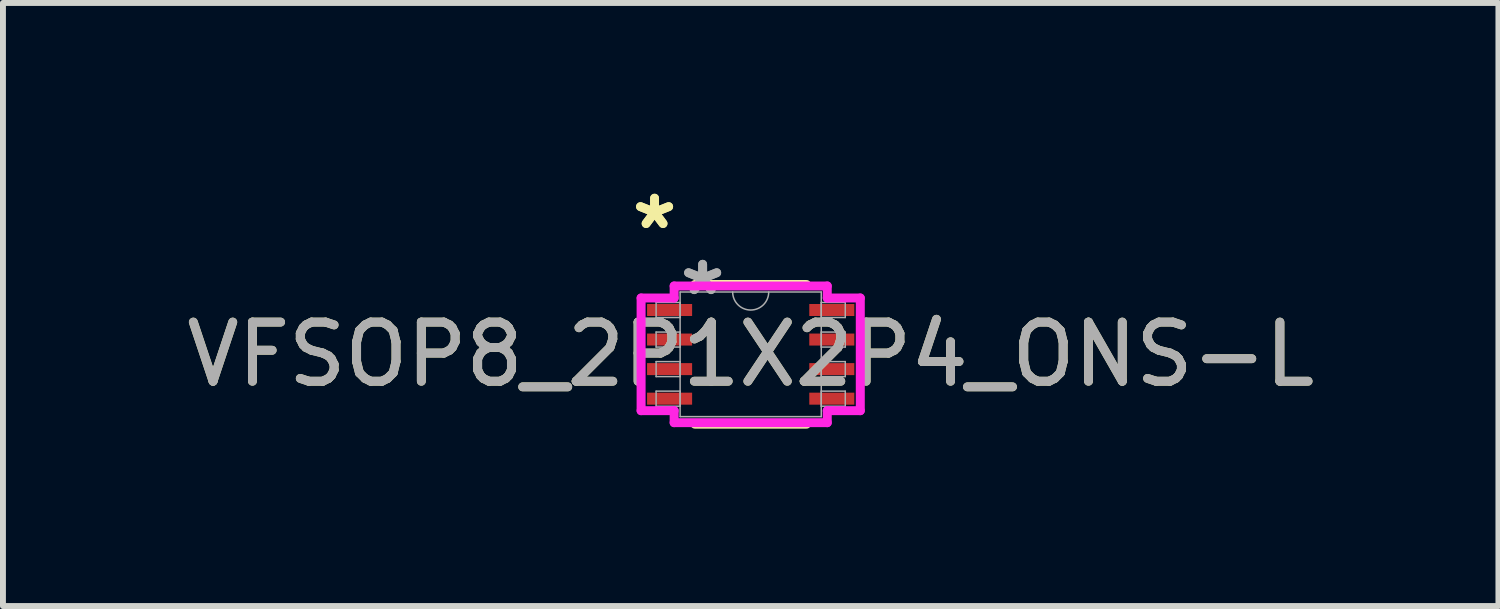
<source format=kicad_pcb>
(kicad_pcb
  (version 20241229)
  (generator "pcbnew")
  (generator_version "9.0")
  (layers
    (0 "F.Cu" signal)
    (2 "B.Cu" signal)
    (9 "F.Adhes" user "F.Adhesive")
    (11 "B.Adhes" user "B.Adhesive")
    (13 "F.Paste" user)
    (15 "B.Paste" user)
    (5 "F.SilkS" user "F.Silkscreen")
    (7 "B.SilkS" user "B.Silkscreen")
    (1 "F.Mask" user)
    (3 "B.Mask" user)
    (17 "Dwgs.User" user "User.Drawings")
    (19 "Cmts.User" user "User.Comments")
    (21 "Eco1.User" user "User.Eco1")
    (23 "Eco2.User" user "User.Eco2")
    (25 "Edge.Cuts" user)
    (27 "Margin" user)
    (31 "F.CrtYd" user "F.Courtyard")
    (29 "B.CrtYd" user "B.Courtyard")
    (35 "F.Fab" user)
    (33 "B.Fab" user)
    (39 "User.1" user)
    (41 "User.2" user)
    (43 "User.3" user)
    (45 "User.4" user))
  (footprint "VFSOP8_2P1X2P4_ONS-L"
    (layer "F.Cu")
    (at 9.649 2.944)
    (property "Reference" "VFSOP8_2P1X2P4_ONS-L" (at 0 0 0) (unlocked yes) (layer "F.SilkS") (effects (font (size 1 1) (thickness 0.15))))
    (attr smd)
    (fp_line (start -0.944 1.181) (end 0.944 1.181) (stroke (width 0.152) (type solid)) (layer "F.SilkS"))
    (fp_line (start 0.944 -1.181) (end -0.944 -1.181) (stroke (width 0.152) (type solid)) (layer "F.SilkS"))
    (fp_line (start -1.854 -0.953) (end -1.295 -0.953) (stroke (width 0.152) (type solid)) (layer "F.CrtYd"))
    (fp_line (start -1.854 0.953) (end -1.854 -0.953) (stroke (width 0.152) (type solid)) (layer "F.CrtYd"))
    (fp_line (start -1.854 0.953) (end -1.295 0.953) (stroke (width 0.152) (type solid)) (layer "F.CrtYd"))
    (fp_line (start -1.295 -1.156) (end 1.295 -1.156) (stroke (width 0.152) (type solid)) (layer "F.CrtYd"))
    (fp_line (start -1.295 -0.953) (end -1.295 -1.156) (stroke (width 0.152) (type solid)) (layer "F.CrtYd"))
    (fp_line (start -1.295 1.156) (end -1.295 0.953) (stroke (width 0.152) (type solid)) (layer "F.CrtYd"))
    (fp_line (start 1.295 -1.156) (end 1.295 -0.953) (stroke (width 0.152) (type solid)) (layer "F.CrtYd"))
    (fp_line (start 1.295 0.953) (end 1.295 1.156) (stroke (width 0.152) (type solid)) (layer "F.CrtYd"))
    (fp_line (start 1.295 1.156) (end -1.295 1.156) (stroke (width 0.152) (type solid)) (layer "F.CrtYd"))
    (fp_line (start 1.854 -0.953) (end 1.295 -0.953) (stroke (width 0.152) (type solid)) (layer "F.CrtYd"))
    (fp_line (start 1.854 -0.953) (end 1.854 0.953) (stroke (width 0.152) (type solid)) (layer "F.CrtYd"))
    (fp_line (start 1.854 0.953) (end 1.295 0.953) (stroke (width 0.152) (type solid)) (layer "F.CrtYd"))
    (fp_line (start -1.6 -0.877) (end -1.6 -0.623) (stroke (width 0.025) (type solid)) (layer "F.Fab"))
    (fp_line (start -1.6 -0.623) (end -1.194 -0.623) (stroke (width 0.025) (type solid)) (layer "F.Fab"))
    (fp_line (start -1.6 -0.377) (end -1.6 -0.123) (stroke (width 0.025) (type solid)) (layer "F.Fab"))
    (fp_line (start -1.6 -0.123) (end -1.194 -0.123) (stroke (width 0.025) (type solid)) (layer "F.Fab"))
    (fp_line (start -1.6 0.123) (end -1.6 0.377) (stroke (width 0.025) (type solid)) (layer "F.Fab"))
    (fp_line (start -1.6 0.377) (end -1.194 0.377) (stroke (width 0.025) (type solid)) (layer "F.Fab"))
    (fp_line (start -1.6 0.623) (end -1.6 0.877) (stroke (width 0.025) (type solid)) (layer "F.Fab"))
    (fp_line (start -1.6 0.877) (end -1.194 0.877) (stroke (width 0.025) (type solid)) (layer "F.Fab"))
    (fp_line (start -1.194 -1.054) (end -1.194 1.054) (stroke (width 0.025) (type solid)) (layer "F.Fab"))
    (fp_line (start -1.194 -0.877) (end -1.6 -0.877) (stroke (width 0.025) (type solid)) (layer "F.Fab"))
    (fp_line (start -1.194 -0.623) (end -1.194 -0.877) (stroke (width 0.025) (type solid)) (layer "F.Fab"))
    (fp_line (start -1.194 -0.377) (end -1.6 -0.377) (stroke (width 0.025) (type solid)) (layer "F.Fab"))
    (fp_line (start -1.194 -0.123) (end -1.194 -0.377) (stroke (width 0.025) (type solid)) (layer "F.Fab"))
    (fp_line (start -1.194 0.123) (end -1.6 0.123) (stroke (width 0.025) (type solid)) (layer "F.Fab"))
    (fp_line (start -1.194 0.377) (end -1.194 0.123) (stroke (width 0.025) (type solid)) (layer "F.Fab"))
    (fp_line (start -1.194 0.623) (end -1.6 0.623) (stroke (width 0.025) (type solid)) (layer "F.Fab"))
    (fp_line (start -1.194 0.877) (end -1.194 0.623) (stroke (width 0.025) (type solid)) (layer "F.Fab"))
    (fp_line (start -1.194 1.054) (end 1.194 1.054) (stroke (width 0.025) (type solid)) (layer "F.Fab"))
    (fp_line (start 1.194 -1.054) (end -1.194 -1.054) (stroke (width 0.025) (type solid)) (layer "F.Fab"))
    (fp_line (start 1.194 -0.877) (end 1.194 -0.623) (stroke (width 0.025) (type solid)) (layer "F.Fab"))
    (fp_line (start 1.194 -0.623) (end 1.6 -0.623) (stroke (width 0.025) (type solid)) (layer "F.Fab"))
    (fp_line (start 1.194 -0.377) (end 1.194 -0.123) (stroke (width 0.025) (type solid)) (layer "F.Fab"))
    (fp_line (start 1.194 -0.123) (end 1.6 -0.123) (stroke (width 0.025) (type solid)) (layer "F.Fab"))
    (fp_line (start 1.194 0.123) (end 1.194 0.377) (stroke (width 0.025) (type solid)) (layer "F.Fab"))
    (fp_line (start 1.194 0.377) (end 1.6 0.377) (stroke (width 0.025) (type solid)) (layer "F.Fab"))
    (fp_line (start 1.194 0.623) (end 1.194 0.877) (stroke (width 0.025) (type solid)) (layer "F.Fab"))
    (fp_line (start 1.194 0.877) (end 1.6 0.877) (stroke (width 0.025) (type solid)) (layer "F.Fab"))
    (fp_line (start 1.194 1.054) (end 1.194 -1.054) (stroke (width 0.025) (type solid)) (layer "F.Fab"))
    (fp_line (start 1.6 -0.877) (end 1.194 -0.877) (stroke (width 0.025) (type solid)) (layer "F.Fab"))
    (fp_line (start 1.6 -0.623) (end 1.6 -0.877) (stroke (width 0.025) (type solid)) (layer "F.Fab"))
    (fp_line (start 1.6 -0.377) (end 1.194 -0.377) (stroke (width 0.025) (type solid)) (layer "F.Fab"))
    (fp_line (start 1.6 -0.123) (end 1.6 -0.377) (stroke (width 0.025) (type solid)) (layer "F.Fab"))
    (fp_line (start 1.6 0.123) (end 1.194 0.123) (stroke (width 0.025) (type solid)) (layer "F.Fab"))
    (fp_line (start 1.6 0.377) (end 1.6 0.123) (stroke (width 0.025) (type solid)) (layer "F.Fab"))
    (fp_line (start 1.6 0.623) (end 1.194 0.623) (stroke (width 0.025) (type solid)) (layer "F.Fab"))
    (fp_line (start 1.6 0.877) (end 1.6 0.623) (stroke (width 0.025) (type solid)) (layer "F.Fab"))
    (fp_arc (start 0.3048 -1.0541) (mid 0 -0.7493) (end -0.3048 -1.0541) (stroke (width 0.0254) (type solid)) (layer "F.Fab"))
    (fp_text user "*" (at -1.626 -2.096 0) (unlocked yes) (layer "F.SilkS") (effects (font (size 1 1) (thickness 0.15))))
    (fp_text user "*" (at -1.626 -2.096 0) (layer "F.SilkS") (effects (font (size 1 1) (thickness 0.15))))
    (fp_text user "${REFERENCE}" (at 0 0 0) (unlocked yes) (layer "F.Fab") (effects (font (size 1 1) (thickness 0.15))))
    (fp_text user "*" (at -0.813 -0.978 0) (unlocked yes) (layer "F.Fab") (effects (font (size 1 1) (thickness 0.15))))
    (fp_text user "*" (at -0.813 -0.978 0) (layer "F.Fab") (effects (font (size 1 1) (thickness 0.15))))
    (pad "1" smd rect (at -1.372 -0.75) (size 0.762 0.203) (layers "F.Cu" "F.Mask" "F.Paste"))
    (pad "2" smd rect (at -1.372 -0.25) (size 0.762 0.203) (layers "F.Cu" "F.Mask" "F.Paste"))
    (pad "3" smd rect (at -1.372 0.25) (size 0.762 0.203) (layers "F.Cu" "F.Mask" "F.Paste"))
    (pad "4" smd rect (at -1.372 0.75) (size 0.762 0.203) (layers "F.Cu" "F.Mask" "F.Paste"))
    (pad "5" smd rect (at 1.372 0.75) (size 0.762 0.203) (layers "F.Cu" "F.Mask" "F.Paste"))
    (pad "6" smd rect (at 1.372 0.25) (size 0.762 0.203) (layers "F.Cu" "F.Mask" "F.Paste"))
    (pad "7" smd rect (at 1.372 -0.25) (size 0.762 0.203) (layers "F.Cu" "F.Mask" "F.Paste"))
    (pad "8" smd rect (at 1.372 -0.75) (size 0.762 0.203) (layers "F.Cu" "F.Mask" "F.Paste")))
  (gr_rect
    (start -3 -3)
    (end 22.298 7.202)
    (stroke (width 0.1) (type default))
    (fill no)
    (layer "Edge.Cuts")))
</source>
